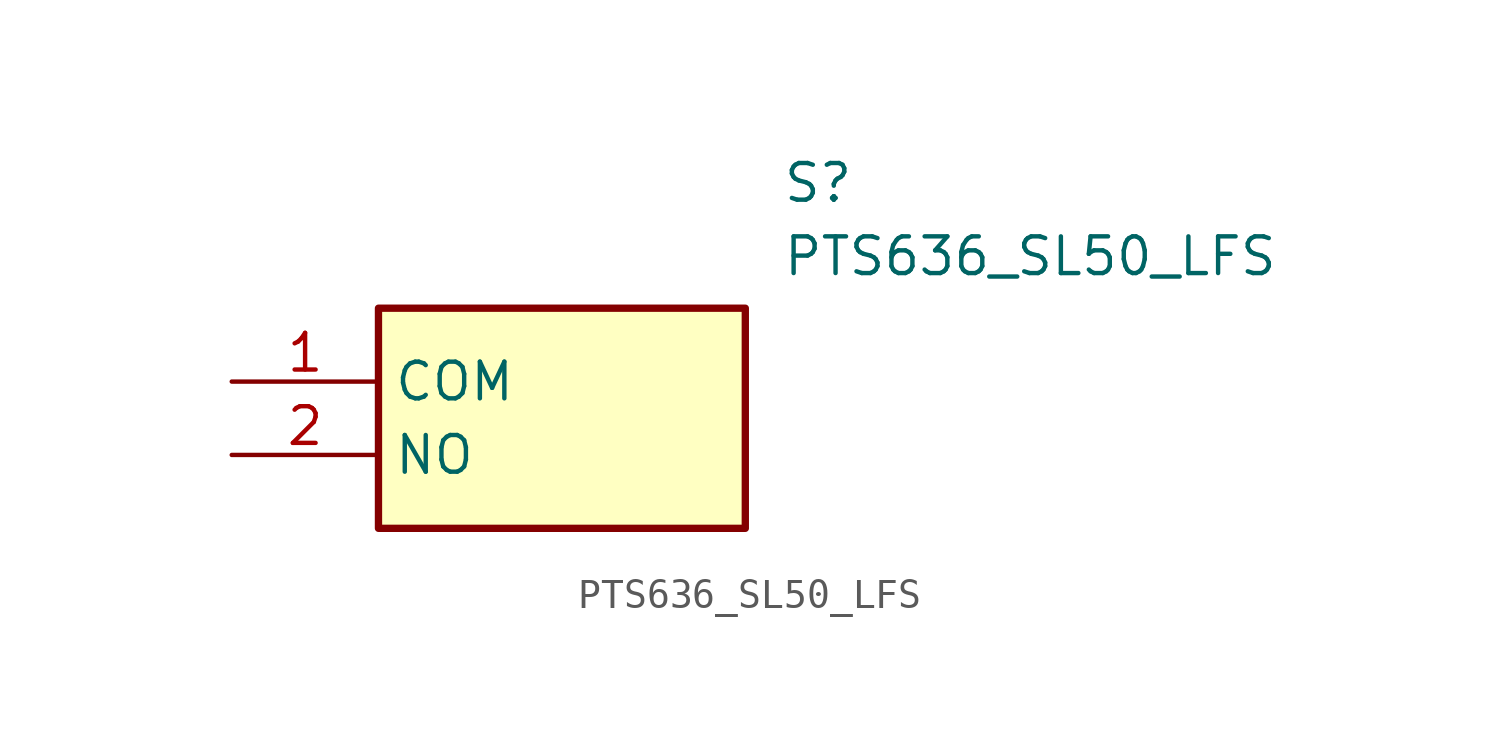
<source format=kicad_sym>
(kicad_symbol_lib
  (version 20211014)
  (generator SamacSys_ECAD_Model)
  (symbol "PTS636_SL50_LFS"
    (property "Reference" "S"
      (at 19.05 7.62 0)
      (effects (font (size 1.27 1.27)) (justify left top)))
    (property "Value" "PTS636_SL50_LFS"
      (at 19.05 5.08 0)
      (effects (font (size 1.27 1.27)) (justify left top)))
    (rectangle
      (start 5.08 2.54)
      (end 17.78 -5.08)
      (stroke (width 0.254) (type default))
      (fill (type background)))
    (pin passive line
      (at 0 0 0)
      (length 5.08)
      (name "COM" (effects (font (size 1.27 1.27))))
      (number "1" (effects (font (size 1.27 1.27)))))
    (pin passive line
      (at 0 -2.54 0)
      (length 5.08)
      (name "NO" (effects (font (size 1.27 1.27))))
      (number "2" (effects (font (size 1.27 1.27)))))))
</source>
